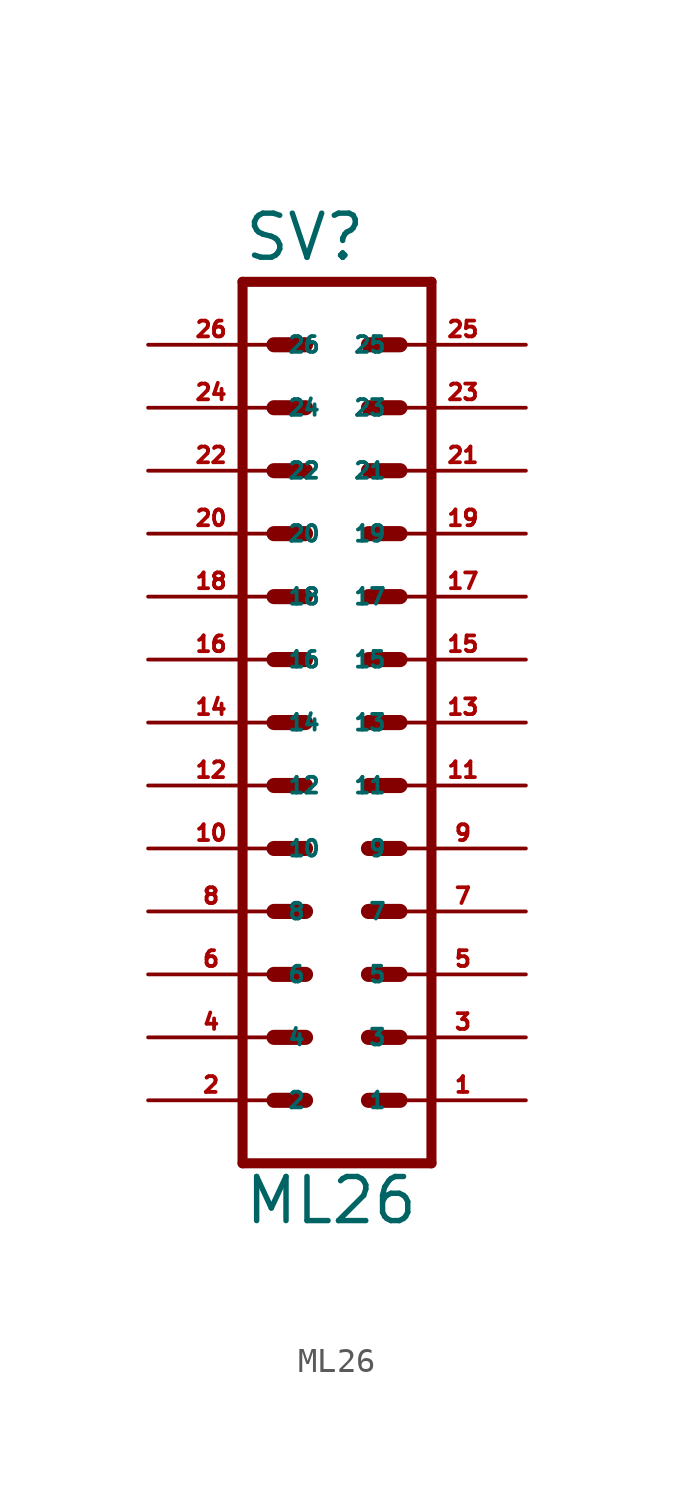
<source format=kicad_sym>
(kicad_symbol_lib
  (version 20220914)
  (generator Eagle2Kicad)
  (symbol "ML26"
    (property "Reference" "SV"
      (at -3.81 18.542 0)
      (effects (font (size 1.778 1.778) (thickness 0.22)) (justify left bottom)))
    (property "Value" "ML26"
      (at -3.81 -20.32 0)
      (effects (font (size 1.778 1.778) (thickness 0.22)) (justify left bottom)))
    (polyline
      (pts (xy 3.81 -17.78) (xy -3.81 -17.78))
      (stroke (width 0.406) (type default))
      (fill (type none)))
    (polyline
      (pts (xy -3.81 17.78) (xy -3.81 -17.78))
      (stroke (width 0.406) (type default))
      (fill (type none)))
    (polyline
      (pts (xy -3.81 17.78) (xy 3.81 17.78))
      (stroke (width 0.406) (type default))
      (fill (type none)))
    (polyline
      (pts (xy 3.81 -17.78) (xy 3.81 17.78))
      (stroke (width 0.406) (type default))
      (fill (type none)))
    (polyline
      (pts (xy 1.27 -5.08) (xy 2.54 -5.08))
      (stroke (width 0.61) (type default))
      (fill (type none)))
    (polyline
      (pts (xy 1.27 -7.62) (xy 2.54 -7.62))
      (stroke (width 0.61) (type default))
      (fill (type none)))
    (polyline
      (pts (xy 1.27 -10.16) (xy 2.54 -10.16))
      (stroke (width 0.61) (type default))
      (fill (type none)))
    (polyline
      (pts (xy 1.27 -12.7) (xy 2.54 -12.7))
      (stroke (width 0.61) (type default))
      (fill (type none)))
    (polyline
      (pts (xy 1.27 -15.24) (xy 2.54 -15.24))
      (stroke (width 0.61) (type default))
      (fill (type none)))
    (polyline
      (pts (xy -2.54 -5.08) (xy -1.27 -5.08))
      (stroke (width 0.61) (type default))
      (fill (type none)))
    (polyline
      (pts (xy -2.54 -7.62) (xy -1.27 -7.62))
      (stroke (width 0.61) (type default))
      (fill (type none)))
    (polyline
      (pts (xy -2.54 -10.16) (xy -1.27 -10.16))
      (stroke (width 0.61) (type default))
      (fill (type none)))
    (polyline
      (pts (xy -2.54 -12.7) (xy -1.27 -12.7))
      (stroke (width 0.61) (type default))
      (fill (type none)))
    (polyline
      (pts (xy -2.54 -15.24) (xy -1.27 -15.24))
      (stroke (width 0.61) (type default))
      (fill (type none)))
    (polyline
      (pts (xy 1.27 -2.54) (xy 2.54 -2.54))
      (stroke (width 0.61) (type default))
      (fill (type none)))
    (polyline
      (pts (xy 1.27 0) (xy 2.54 0))
      (stroke (width 0.61) (type default))
      (fill (type none)))
    (polyline
      (pts (xy 1.27 2.54) (xy 2.54 2.54))
      (stroke (width 0.61) (type default))
      (fill (type none)))
    (polyline
      (pts (xy 1.27 5.08) (xy 2.54 5.08))
      (stroke (width 0.61) (type default))
      (fill (type none)))
    (polyline
      (pts (xy 1.27 7.62) (xy 2.54 7.62))
      (stroke (width 0.61) (type default))
      (fill (type none)))
    (polyline
      (pts (xy -2.54 -2.54) (xy -1.27 -2.54))
      (stroke (width 0.61) (type default))
      (fill (type none)))
    (polyline
      (pts (xy -2.54 0) (xy -1.27 0))
      (stroke (width 0.61) (type default))
      (fill (type none)))
    (polyline
      (pts (xy -2.54 2.54) (xy -1.27 2.54))
      (stroke (width 0.61) (type default))
      (fill (type none)))
    (polyline
      (pts (xy -2.54 5.08) (xy -1.27 5.08))
      (stroke (width 0.61) (type default))
      (fill (type none)))
    (polyline
      (pts (xy -2.54 7.62) (xy -1.27 7.62))
      (stroke (width 0.61) (type default))
      (fill (type none)))
    (polyline
      (pts (xy 1.27 10.16) (xy 2.54 10.16))
      (stroke (width 0.61) (type default))
      (fill (type none)))
    (polyline
      (pts (xy 1.27 12.7) (xy 2.54 12.7))
      (stroke (width 0.61) (type default))
      (fill (type none)))
    (polyline
      (pts (xy 1.27 15.24) (xy 2.54 15.24))
      (stroke (width 0.61) (type default))
      (fill (type none)))
    (polyline
      (pts (xy -2.54 10.16) (xy -1.27 10.16))
      (stroke (width 0.61) (type default))
      (fill (type none)))
    (polyline
      (pts (xy -2.54 12.7) (xy -1.27 12.7))
      (stroke (width 0.61) (type default))
      (fill (type none)))
    (polyline
      (pts (xy -2.54 15.24) (xy -1.27 15.24))
      (stroke (width 0.61) (type default))
      (fill (type none)))
    (pin passive line
      (at 7.62 -15.24 180)
      (length 5.08)
      (name "1" (effects (font (size 0.635 0.635) (thickness 0.08)) (justify left bottom)))
      (number "1" (effects (font (size 0.635 0.635) (thickness 0.08)) (justify left bottom))))
    (pin passive line
      (at 7.62 -12.7 180)
      (length 5.08)
      (name "3" (effects (font (size 0.635 0.635) (thickness 0.08)) (justify left bottom)))
      (number "3" (effects (font (size 0.635 0.635) (thickness 0.08)) (justify left bottom))))
    (pin passive line
      (at 7.62 -10.16 180)
      (length 5.08)
      (name "5" (effects (font (size 0.635 0.635) (thickness 0.08)) (justify left bottom)))
      (number "5" (effects (font (size 0.635 0.635) (thickness 0.08)) (justify left bottom))))
    (pin passive line
      (at 7.62 -7.62 180)
      (length 5.08)
      (name "7" (effects (font (size 0.635 0.635) (thickness 0.08)) (justify left bottom)))
      (number "7" (effects (font (size 0.635 0.635) (thickness 0.08)) (justify left bottom))))
    (pin passive line
      (at 7.62 -5.08 180)
      (length 5.08)
      (name "9" (effects (font (size 0.635 0.635) (thickness 0.08)) (justify left bottom)))
      (number "9" (effects (font (size 0.635 0.635) (thickness 0.08)) (justify left bottom))))
    (pin passive line
      (at 7.62 -2.54 180)
      (length 5.08)
      (name "11" (effects (font (size 0.635 0.635) (thickness 0.08)) (justify left bottom)))
      (number "11" (effects (font (size 0.635 0.635) (thickness 0.08)) (justify left bottom))))
    (pin passive line
      (at 7.62 0 180)
      (length 5.08)
      (name "13" (effects (font (size 0.635 0.635) (thickness 0.08)) (justify left bottom)))
      (number "13" (effects (font (size 0.635 0.635) (thickness 0.08)) (justify left bottom))))
    (pin passive line
      (at 7.62 2.54 180)
      (length 5.08)
      (name "15" (effects (font (size 0.635 0.635) (thickness 0.08)) (justify left bottom)))
      (number "15" (effects (font (size 0.635 0.635) (thickness 0.08)) (justify left bottom))))
    (pin passive line
      (at 7.62 5.08 180)
      (length 5.08)
      (name "17" (effects (font (size 0.635 0.635) (thickness 0.08)) (justify left bottom)))
      (number "17" (effects (font (size 0.635 0.635) (thickness 0.08)) (justify left bottom))))
    (pin passive line
      (at 7.62 7.62 180)
      (length 5.08)
      (name "19" (effects (font (size 0.635 0.635) (thickness 0.08)) (justify left bottom)))
      (number "19" (effects (font (size 0.635 0.635) (thickness 0.08)) (justify left bottom))))
    (pin passive line
      (at 7.62 10.16 180)
      (length 5.08)
      (name "21" (effects (font (size 0.635 0.635) (thickness 0.08)) (justify left bottom)))
      (number "21" (effects (font (size 0.635 0.635) (thickness 0.08)) (justify left bottom))))
    (pin passive line
      (at 7.62 12.7 180)
      (length 5.08)
      (name "23" (effects (font (size 0.635 0.635) (thickness 0.08)) (justify left bottom)))
      (number "23" (effects (font (size 0.635 0.635) (thickness 0.08)) (justify left bottom))))
    (pin passive line
      (at 7.62 15.24 180)
      (length 5.08)
      (name "25" (effects (font (size 0.635 0.635) (thickness 0.08)) (justify left bottom)))
      (number "25" (effects (font (size 0.635 0.635) (thickness 0.08)) (justify left bottom))))
    (pin passive line
      (at -7.62 -15.24 0)
      (length 5.08)
      (name "2" (effects (font (size 0.635 0.635) (thickness 0.08)) (justify left bottom)))
      (number "2" (effects (font (size 0.635 0.635) (thickness 0.08)) (justify left bottom))))
    (pin passive line
      (at -7.62 -12.7 0)
      (length 5.08)
      (name "4" (effects (font (size 0.635 0.635) (thickness 0.08)) (justify left bottom)))
      (number "4" (effects (font (size 0.635 0.635) (thickness 0.08)) (justify left bottom))))
    (pin passive line
      (at -7.62 -10.16 0)
      (length 5.08)
      (name "6" (effects (font (size 0.635 0.635) (thickness 0.08)) (justify left bottom)))
      (number "6" (effects (font (size 0.635 0.635) (thickness 0.08)) (justify left bottom))))
    (pin passive line
      (at -7.62 -7.62 0)
      (length 5.08)
      (name "8" (effects (font (size 0.635 0.635) (thickness 0.08)) (justify left bottom)))
      (number "8" (effects (font (size 0.635 0.635) (thickness 0.08)) (justify left bottom))))
    (pin passive line
      (at -7.62 -5.08 0)
      (length 5.08)
      (name "10" (effects (font (size 0.635 0.635) (thickness 0.08)) (justify left bottom)))
      (number "10" (effects (font (size 0.635 0.635) (thickness 0.08)) (justify left bottom))))
    (pin passive line
      (at -7.62 -2.54 0)
      (length 5.08)
      (name "12" (effects (font (size 0.635 0.635) (thickness 0.08)) (justify left bottom)))
      (number "12" (effects (font (size 0.635 0.635) (thickness 0.08)) (justify left bottom))))
    (pin passive line
      (at -7.62 0 0)
      (length 5.08)
      (name "14" (effects (font (size 0.635 0.635) (thickness 0.08)) (justify left bottom)))
      (number "14" (effects (font (size 0.635 0.635) (thickness 0.08)) (justify left bottom))))
    (pin passive line
      (at -7.62 2.54 0)
      (length 5.08)
      (name "16" (effects (font (size 0.635 0.635) (thickness 0.08)) (justify left bottom)))
      (number "16" (effects (font (size 0.635 0.635) (thickness 0.08)) (justify left bottom))))
    (pin passive line
      (at -7.62 5.08 0)
      (length 5.08)
      (name "18" (effects (font (size 0.635 0.635) (thickness 0.08)) (justify left bottom)))
      (number "18" (effects (font (size 0.635 0.635) (thickness 0.08)) (justify left bottom))))
    (pin passive line
      (at -7.62 7.62 0)
      (length 5.08)
      (name "20" (effects (font (size 0.635 0.635) (thickness 0.08)) (justify left bottom)))
      (number "20" (effects (font (size 0.635 0.635) (thickness 0.08)) (justify left bottom))))
    (pin passive line
      (at -7.62 10.16 0)
      (length 5.08)
      (name "22" (effects (font (size 0.635 0.635) (thickness 0.08)) (justify left bottom)))
      (number "22" (effects (font (size 0.635 0.635) (thickness 0.08)) (justify left bottom))))
    (pin passive line
      (at -7.62 12.7 0)
      (length 5.08)
      (name "24" (effects (font (size 0.635 0.635) (thickness 0.08)) (justify left bottom)))
      (number "24" (effects (font (size 0.635 0.635) (thickness 0.08)) (justify left bottom))))
    (pin passive line
      (at -7.62 15.24 0)
      (length 5.08)
      (name "26" (effects (font (size 0.635 0.635) (thickness 0.08)) (justify left bottom)))
      (number "26" (effects (font (size 0.635 0.635) (thickness 0.08)) (justify left bottom))))))
</source>
